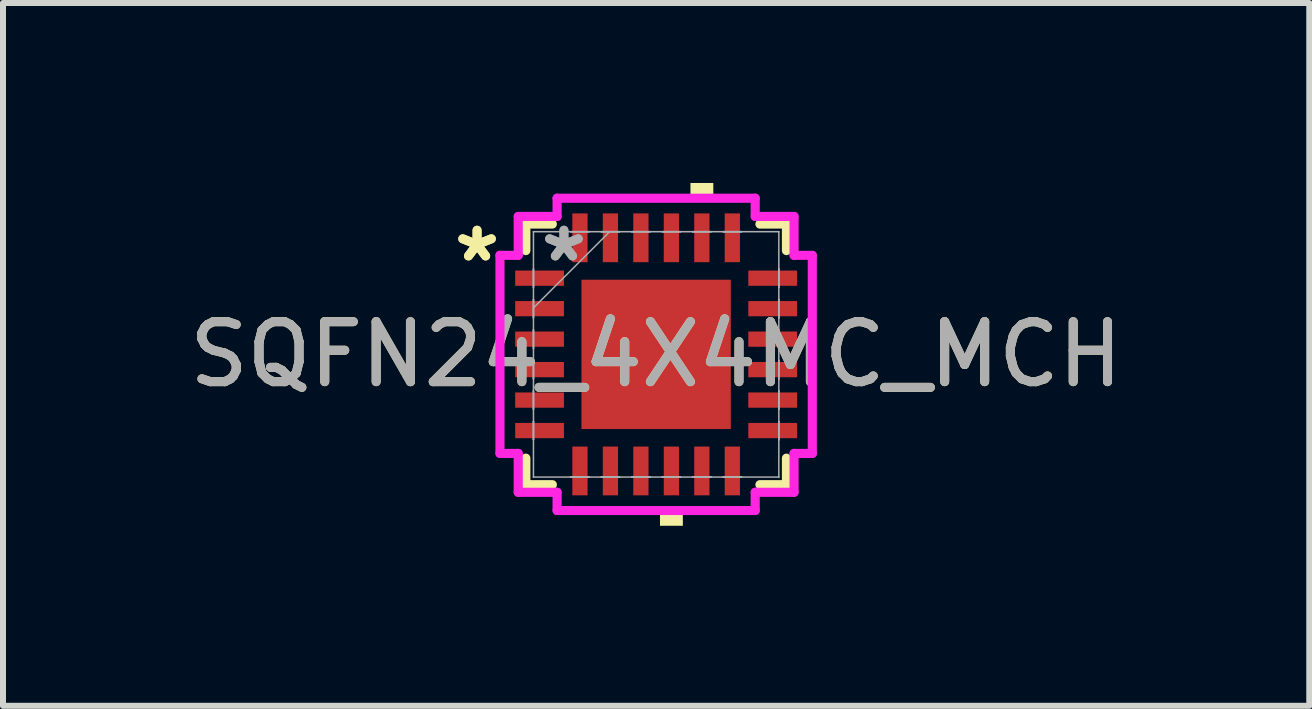
<source format=kicad_pcb>
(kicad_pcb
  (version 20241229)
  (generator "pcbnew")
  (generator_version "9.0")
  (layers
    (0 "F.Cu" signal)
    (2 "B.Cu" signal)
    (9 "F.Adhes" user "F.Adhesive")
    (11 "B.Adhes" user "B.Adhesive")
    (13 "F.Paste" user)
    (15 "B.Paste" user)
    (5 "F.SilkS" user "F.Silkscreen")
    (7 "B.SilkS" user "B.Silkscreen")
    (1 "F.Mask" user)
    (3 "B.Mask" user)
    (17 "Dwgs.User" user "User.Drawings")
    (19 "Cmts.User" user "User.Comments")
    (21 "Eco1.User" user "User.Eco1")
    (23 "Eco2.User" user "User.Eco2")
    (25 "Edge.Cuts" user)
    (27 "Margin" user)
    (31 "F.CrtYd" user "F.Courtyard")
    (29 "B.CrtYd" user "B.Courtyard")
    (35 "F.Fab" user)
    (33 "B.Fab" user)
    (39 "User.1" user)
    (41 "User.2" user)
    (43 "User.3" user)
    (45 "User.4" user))
  (footprint "SQFN24_4X4MC_MCH"
    (layer "F.Cu")
    (at 7.887 2.857)
    (property "Reference" "SQFN24_4X4MC_MCH" (at 0 0 0) (unlocked yes) (layer "F.SilkS") (effects (font (size 1 1) (thickness 0.15))))
    (attr smd)
    (fp_line (start -2.172 -2.172) (end -2.172 -1.73) (stroke (width 0.152) (type solid)) (layer "F.SilkS"))
    (fp_line (start -2.172 1.73) (end -2.172 2.172) (stroke (width 0.152) (type solid)) (layer "F.SilkS"))
    (fp_line (start -2.172 2.172) (end -1.73 2.172) (stroke (width 0.152) (type solid)) (layer "F.SilkS"))
    (fp_line (start -1.73 -2.172) (end -2.172 -2.172) (stroke (width 0.152) (type solid)) (layer "F.SilkS"))
    (fp_line (start 1.73 2.172) (end 2.172 2.172) (stroke (width 0.152) (type solid)) (layer "F.SilkS"))
    (fp_line (start 2.172 -2.172) (end 1.73 -2.172) (stroke (width 0.152) (type solid)) (layer "F.SilkS"))
    (fp_line (start 2.172 -1.73) (end 2.172 -2.172) (stroke (width 0.152) (type solid)) (layer "F.SilkS"))
    (fp_line (start 2.172 2.172) (end 2.172 1.73) (stroke (width 0.152) (type solid)) (layer "F.SilkS"))
    (fp_poly (pts (xy 0.064 2.603) (xy 0.064 2.857) (xy 0.445 2.857) (xy 0.445 2.603)) (stroke (width 0) (type solid)) (fill yes) (layer "F.SilkS"))
    (fp_poly (pts (xy 0.572 -2.603) (xy 0.572 -2.857) (xy 0.953 -2.857) (xy 0.953 -2.603)) (stroke (width 0) (type solid)) (fill yes) (layer "F.SilkS"))
    (fp_line (start -2.603 -1.651) (end -2.299 -1.651) (stroke (width 0.152) (type solid)) (layer "F.CrtYd"))
    (fp_line (start -2.603 1.651) (end -2.603 -1.651) (stroke (width 0.152) (type solid)) (layer "F.CrtYd"))
    (fp_line (start -2.299 -2.299) (end -1.651 -2.299) (stroke (width 0.152) (type solid)) (layer "F.CrtYd"))
    (fp_line (start -2.299 -1.651) (end -2.299 -2.299) (stroke (width 0.152) (type solid)) (layer "F.CrtYd"))
    (fp_line (start -2.299 1.651) (end -2.603 1.651) (stroke (width 0.152) (type solid)) (layer "F.CrtYd"))
    (fp_line (start -2.299 2.299) (end -2.299 1.651) (stroke (width 0.152) (type solid)) (layer "F.CrtYd"))
    (fp_line (start -1.651 -2.603) (end 1.651 -2.603) (stroke (width 0.152) (type solid)) (layer "F.CrtYd"))
    (fp_line (start -1.651 -2.299) (end -1.651 -2.603) (stroke (width 0.152) (type solid)) (layer "F.CrtYd"))
    (fp_line (start -1.651 2.299) (end -2.299 2.299) (stroke (width 0.152) (type solid)) (layer "F.CrtYd"))
    (fp_line (start -1.651 2.603) (end -1.651 2.299) (stroke (width 0.152) (type solid)) (layer "F.CrtYd"))
    (fp_line (start 1.651 -2.603) (end 1.651 -2.299) (stroke (width 0.152) (type solid)) (layer "F.CrtYd"))
    (fp_line (start 1.651 -2.299) (end 2.299 -2.299) (stroke (width 0.152) (type solid)) (layer "F.CrtYd"))
    (fp_line (start 1.651 2.299) (end 1.651 2.603) (stroke (width 0.152) (type solid)) (layer "F.CrtYd"))
    (fp_line (start 1.651 2.603) (end -1.651 2.603) (stroke (width 0.152) (type solid)) (layer "F.CrtYd"))
    (fp_line (start 2.299 -2.299) (end 2.299 -1.651) (stroke (width 0.152) (type solid)) (layer "F.CrtYd"))
    (fp_line (start 2.299 -1.651) (end 2.603 -1.651) (stroke (width 0.152) (type solid)) (layer "F.CrtYd"))
    (fp_line (start 2.299 1.651) (end 2.299 2.299) (stroke (width 0.152) (type solid)) (layer "F.CrtYd"))
    (fp_line (start 2.299 2.299) (end 1.651 2.299) (stroke (width 0.152) (type solid)) (layer "F.CrtYd"))
    (fp_line (start 2.603 -1.651) (end 2.603 1.651) (stroke (width 0.152) (type solid)) (layer "F.CrtYd"))
    (fp_line (start 2.603 1.651) (end 2.299 1.651) (stroke (width 0.152) (type solid)) (layer "F.CrtYd"))
    (fp_line (start -2.045 -2.045) (end -2.045 -2.045) (stroke (width 0.025) (type solid)) (layer "F.Fab"))
    (fp_line (start -2.045 -2.045) (end -2.045 2.045) (stroke (width 0.025) (type solid)) (layer "F.Fab"))
    (fp_line (start -2.045 -1.422) (end -2.045 -1.422) (stroke (width 0.025) (type solid)) (layer "F.Fab"))
    (fp_line (start -2.045 -1.422) (end -2.045 -1.118) (stroke (width 0.025) (type solid)) (layer "F.Fab"))
    (fp_line (start -2.045 -1.118) (end -2.045 -1.422) (stroke (width 0.025) (type solid)) (layer "F.Fab"))
    (fp_line (start -2.045 -1.118) (end -2.045 -1.118) (stroke (width 0.025) (type solid)) (layer "F.Fab"))
    (fp_line (start -2.045 -0.914) (end -2.045 -0.914) (stroke (width 0.025) (type solid)) (layer "F.Fab"))
    (fp_line (start -2.045 -0.914) (end -2.045 -0.61) (stroke (width 0.025) (type solid)) (layer "F.Fab"))
    (fp_line (start -2.045 -0.775) (end -0.775 -2.045) (stroke (width 0.025) (type solid)) (layer "F.Fab"))
    (fp_line (start -2.045 -0.61) (end -2.045 -0.914) (stroke (width 0.025) (type solid)) (layer "F.Fab"))
    (fp_line (start -2.045 -0.61) (end -2.045 -0.61) (stroke (width 0.025) (type solid)) (layer "F.Fab"))
    (fp_line (start -2.045 -0.406) (end -2.045 -0.406) (stroke (width 0.025) (type solid)) (layer "F.Fab"))
    (fp_line (start -2.045 -0.406) (end -2.045 -0.102) (stroke (width 0.025) (type solid)) (layer "F.Fab"))
    (fp_line (start -2.045 -0.102) (end -2.045 -0.406) (stroke (width 0.025) (type solid)) (layer "F.Fab"))
    (fp_line (start -2.045 -0.102) (end -2.045 -0.102) (stroke (width 0.025) (type solid)) (layer "F.Fab"))
    (fp_line (start -2.045 0.102) (end -2.045 0.102) (stroke (width 0.025) (type solid)) (layer "F.Fab"))
    (fp_line (start -2.045 0.102) (end -2.045 0.406) (stroke (width 0.025) (type solid)) (layer "F.Fab"))
    (fp_line (start -2.045 0.406) (end -2.045 0.102) (stroke (width 0.025) (type solid)) (layer "F.Fab"))
    (fp_line (start -2.045 0.406) (end -2.045 0.406) (stroke (width 0.025) (type solid)) (layer "F.Fab"))
    (fp_line (start -2.045 0.61) (end -2.045 0.61) (stroke (width 0.025) (type solid)) (layer "F.Fab"))
    (fp_line (start -2.045 0.61) (end -2.045 0.914) (stroke (width 0.025) (type solid)) (layer "F.Fab"))
    (fp_line (start -2.045 0.914) (end -2.045 0.61) (stroke (width 0.025) (type solid)) (layer "F.Fab"))
    (fp_line (start -2.045 0.914) (end -2.045 0.914) (stroke (width 0.025) (type solid)) (layer "F.Fab"))
    (fp_line (start -2.045 1.118) (end -2.045 1.118) (stroke (width 0.025) (type solid)) (layer "F.Fab"))
    (fp_line (start -2.045 1.118) (end -2.045 1.422) (stroke (width 0.025) (type solid)) (layer "F.Fab"))
    (fp_line (start -2.045 1.422) (end -2.045 1.118) (stroke (width 0.025) (type solid)) (layer "F.Fab"))
    (fp_line (start -2.045 1.422) (end -2.045 1.422) (stroke (width 0.025) (type solid)) (layer "F.Fab"))
    (fp_line (start -2.045 2.045) (end -2.045 2.045) (stroke (width 0.025) (type solid)) (layer "F.Fab"))
    (fp_line (start -2.045 2.045) (end 2.045 2.045) (stroke (width 0.025) (type solid)) (layer "F.Fab"))
    (fp_line (start -1.422 -2.045) (end -1.422 -2.045) (stroke (width 0.025) (type solid)) (layer "F.Fab"))
    (fp_line (start -1.422 -2.045) (end -1.118 -2.045) (stroke (width 0.025) (type solid)) (layer "F.Fab"))
    (fp_line (start -1.422 2.045) (end -1.422 2.045) (stroke (width 0.025) (type solid)) (layer "F.Fab"))
    (fp_line (start -1.422 2.045) (end -1.118 2.045) (stroke (width 0.025) (type solid)) (layer "F.Fab"))
    (fp_line (start -1.118 -2.045) (end -1.422 -2.045) (stroke (width 0.025) (type solid)) (layer "F.Fab"))
    (fp_line (start -1.118 -2.045) (end -1.118 -2.045) (stroke (width 0.025) (type solid)) (layer "F.Fab"))
    (fp_line (start -1.118 2.045) (end -1.422 2.045) (stroke (width 0.025) (type solid)) (layer "F.Fab"))
    (fp_line (start -1.118 2.045) (end -1.118 2.045) (stroke (width 0.025) (type solid)) (layer "F.Fab"))
    (fp_line (start -0.914 -2.045) (end -0.914 -2.045) (stroke (width 0.025) (type solid)) (layer "F.Fab"))
    (fp_line (start -0.914 -2.045) (end -0.61 -2.045) (stroke (width 0.025) (type solid)) (layer "F.Fab"))
    (fp_line (start -0.914 2.045) (end -0.914 2.045) (stroke (width 0.025) (type solid)) (layer "F.Fab"))
    (fp_line (start -0.914 2.045) (end -0.61 2.045) (stroke (width 0.025) (type solid)) (layer "F.Fab"))
    (fp_line (start -0.61 -2.045) (end -0.914 -2.045) (stroke (width 0.025) (type solid)) (layer "F.Fab"))
    (fp_line (start -0.61 -2.045) (end -0.61 -2.045) (stroke (width 0.025) (type solid)) (layer "F.Fab"))
    (fp_line (start -0.61 2.045) (end -0.914 2.045) (stroke (width 0.025) (type solid)) (layer "F.Fab"))
    (fp_line (start -0.61 2.045) (end -0.61 2.045) (stroke (width 0.025) (type solid)) (layer "F.Fab"))
    (fp_line (start -0.406 -2.045) (end -0.406 -2.045) (stroke (width 0.025) (type solid)) (layer "F.Fab"))
    (fp_line (start -0.406 -2.045) (end -0.102 -2.045) (stroke (width 0.025) (type solid)) (layer "F.Fab"))
    (fp_line (start -0.406 2.045) (end -0.406 2.045) (stroke (width 0.025) (type solid)) (layer "F.Fab"))
    (fp_line (start -0.406 2.045) (end -0.102 2.045) (stroke (width 0.025) (type solid)) (layer "F.Fab"))
    (fp_line (start -0.102 -2.045) (end -0.406 -2.045) (stroke (width 0.025) (type solid)) (layer "F.Fab"))
    (fp_line (start -0.102 -2.045) (end -0.102 -2.045) (stroke (width 0.025) (type solid)) (layer "F.Fab"))
    (fp_line (start -0.102 2.045) (end -0.406 2.045) (stroke (width 0.025) (type solid)) (layer "F.Fab"))
    (fp_line (start -0.102 2.045) (end -0.102 2.045) (stroke (width 0.025) (type solid)) (layer "F.Fab"))
    (fp_line (start 0.102 -2.045) (end 0.102 -2.045) (stroke (width 0.025) (type solid)) (layer "F.Fab"))
    (fp_line (start 0.102 -2.045) (end 0.406 -2.045) (stroke (width 0.025) (type solid)) (layer "F.Fab"))
    (fp_line (start 0.102 2.045) (end 0.102 2.045) (stroke (width 0.025) (type solid)) (layer "F.Fab"))
    (fp_line (start 0.102 2.045) (end 0.406 2.045) (stroke (width 0.025) (type solid)) (layer "F.Fab"))
    (fp_line (start 0.406 -2.045) (end 0.102 -2.045) (stroke (width 0.025) (type solid)) (layer "F.Fab"))
    (fp_line (start 0.406 -2.045) (end 0.406 -2.045) (stroke (width 0.025) (type solid)) (layer "F.Fab"))
    (fp_line (start 0.406 2.045) (end 0.102 2.045) (stroke (width 0.025) (type solid)) (layer "F.Fab"))
    (fp_line (start 0.406 2.045) (end 0.406 2.045) (stroke (width 0.025) (type solid)) (layer "F.Fab"))
    (fp_line (start 0.61 -2.045) (end 0.61 -2.045) (stroke (width 0.025) (type solid)) (layer "F.Fab"))
    (fp_line (start 0.61 -2.045) (end 0.914 -2.045) (stroke (width 0.025) (type solid)) (layer "F.Fab"))
    (fp_line (start 0.61 2.045) (end 0.61 2.045) (stroke (width 0.025) (type solid)) (layer "F.Fab"))
    (fp_line (start 0.61 2.045) (end 0.914 2.045) (stroke (width 0.025) (type solid)) (layer "F.Fab"))
    (fp_line (start 0.914 -2.045) (end 0.61 -2.045) (stroke (width 0.025) (type solid)) (layer "F.Fab"))
    (fp_line (start 0.914 -2.045) (end 0.914 -2.045) (stroke (width 0.025) (type solid)) (layer "F.Fab"))
    (fp_line (start 0.914 2.045) (end 0.61 2.045) (stroke (width 0.025) (type solid)) (layer "F.Fab"))
    (fp_line (start 0.914 2.045) (end 0.914 2.045) (stroke (width 0.025) (type solid)) (layer "F.Fab"))
    (fp_line (start 1.118 -2.045) (end 1.118 -2.045) (stroke (width 0.025) (type solid)) (layer "F.Fab"))
    (fp_line (start 1.118 -2.045) (end 1.422 -2.045) (stroke (width 0.025) (type solid)) (layer "F.Fab"))
    (fp_line (start 1.118 2.045) (end 1.118 2.045) (stroke (width 0.025) (type solid)) (layer "F.Fab"))
    (fp_line (start 1.118 2.045) (end 1.422 2.045) (stroke (width 0.025) (type solid)) (layer "F.Fab"))
    (fp_line (start 1.422 -2.045) (end 1.118 -2.045) (stroke (width 0.025) (type solid)) (layer "F.Fab"))
    (fp_line (start 1.422 -2.045) (end 1.422 -2.045) (stroke (width 0.025) (type solid)) (layer "F.Fab"))
    (fp_line (start 1.422 2.045) (end 1.118 2.045) (stroke (width 0.025) (type solid)) (layer "F.Fab"))
    (fp_line (start 1.422 2.045) (end 1.422 2.045) (stroke (width 0.025) (type solid)) (layer "F.Fab"))
    (fp_line (start 2.045 -2.045) (end -2.045 -2.045) (stroke (width 0.025) (type solid)) (layer "F.Fab"))
    (fp_line (start 2.045 -2.045) (end 2.045 -2.045) (stroke (width 0.025) (type solid)) (layer "F.Fab"))
    (fp_line (start 2.045 -1.422) (end 2.045 -1.422) (stroke (width 0.025) (type solid)) (layer "F.Fab"))
    (fp_line (start 2.045 -1.422) (end 2.045 -1.118) (stroke (width 0.025) (type solid)) (layer "F.Fab"))
    (fp_line (start 2.045 -1.118) (end 2.045 -1.422) (stroke (width 0.025) (type solid)) (layer "F.Fab"))
    (fp_line (start 2.045 -1.118) (end 2.045 -1.118) (stroke (width 0.025) (type solid)) (layer "F.Fab"))
    (fp_line (start 2.045 -0.914) (end 2.045 -0.914) (stroke (width 0.025) (type solid)) (layer "F.Fab"))
    (fp_line (start 2.045 -0.914) (end 2.045 -0.61) (stroke (width 0.025) (type solid)) (layer "F.Fab"))
    (fp_line (start 2.045 -0.61) (end 2.045 -0.914) (stroke (width 0.025) (type solid)) (layer "F.Fab"))
    (fp_line (start 2.045 -0.61) (end 2.045 -0.61) (stroke (width 0.025) (type solid)) (layer "F.Fab"))
    (fp_line (start 2.045 -0.406) (end 2.045 -0.406) (stroke (width 0.025) (type solid)) (layer "F.Fab"))
    (fp_line (start 2.045 -0.406) (end 2.045 -0.102) (stroke (width 0.025) (type solid)) (layer "F.Fab"))
    (fp_line (start 2.045 -0.102) (end 2.045 -0.406) (stroke (width 0.025) (type solid)) (layer "F.Fab"))
    (fp_line (start 2.045 -0.102) (end 2.045 -0.102) (stroke (width 0.025) (type solid)) (layer "F.Fab"))
    (fp_line (start 2.045 0.102) (end 2.045 0.102) (stroke (width 0.025) (type solid)) (layer "F.Fab"))
    (fp_line (start 2.045 0.102) (end 2.045 0.406) (stroke (width 0.025) (type solid)) (layer "F.Fab"))
    (fp_line (start 2.045 0.406) (end 2.045 0.102) (stroke (width 0.025) (type solid)) (layer "F.Fab"))
    (fp_line (start 2.045 0.406) (end 2.045 0.406) (stroke (width 0.025) (type solid)) (layer "F.Fab"))
    (fp_line (start 2.045 0.61) (end 2.045 0.61) (stroke (width 0.025) (type solid)) (layer "F.Fab"))
    (fp_line (start 2.045 0.61) (end 2.045 0.914) (stroke (width 0.025) (type solid)) (layer "F.Fab"))
    (fp_line (start 2.045 0.914) (end 2.045 0.61) (stroke (width 0.025) (type solid)) (layer "F.Fab"))
    (fp_line (start 2.045 0.914) (end 2.045 0.914) (stroke (width 0.025) (type solid)) (layer "F.Fab"))
    (fp_line (start 2.045 1.118) (end 2.045 1.118) (stroke (width 0.025) (type solid)) (layer "F.Fab"))
    (fp_line (start 2.045 1.118) (end 2.045 1.422) (stroke (width 0.025) (type solid)) (layer "F.Fab"))
    (fp_line (start 2.045 1.422) (end 2.045 1.118) (stroke (width 0.025) (type solid)) (layer "F.Fab"))
    (fp_line (start 2.045 1.422) (end 2.045 1.422) (stroke (width 0.025) (type solid)) (layer "F.Fab"))
    (fp_line (start 2.045 2.045) (end 2.045 -2.045) (stroke (width 0.025) (type solid)) (layer "F.Fab"))
    (fp_line (start 2.045 2.045) (end 2.045 2.045) (stroke (width 0.025) (type solid)) (layer "F.Fab"))
    (fp_text user "*" (at -2.985 -1.524 0) (unlocked yes) (layer "F.SilkS") (effects (font (size 1 1) (thickness 0.15))))
    (fp_text user "*" (at -2.985 -1.524 0) (layer "F.SilkS") (effects (font (size 1 1) (thickness 0.15))))
    (fp_text user "${REFERENCE}" (at 0 0 0) (unlocked yes) (layer "F.Fab") (effects (font (size 1 1) (thickness 0.15))))
    (fp_text user "*" (at -1.537 -1.524 0) (layer "F.Fab") (effects (font (size 1 1) (thickness 0.15))))
    (fp_text user "*" (at -1.537 -1.524 0) (unlocked yes) (layer "F.Fab") (effects (font (size 1 1) (thickness 0.15))))
    (pad "1" smd rect (at -1.943 -1.27 90) (size 0.254 0.813) (layers "F.Cu" "F.Mask" "F.Paste"))
    (pad "2" smd rect (at -1.943 -0.762 90) (size 0.254 0.813) (layers "F.Cu" "F.Mask" "F.Paste"))
    (pad "3" smd rect (at -1.943 -0.254 90) (size 0.254 0.813) (layers "F.Cu" "F.Mask" "F.Paste"))
    (pad "4" smd rect (at -1.943 0.254 90) (size 0.254 0.813) (layers "F.Cu" "F.Mask" "F.Paste"))
    (pad "5" smd rect (at -1.943 0.762 90) (size 0.254 0.813) (layers "F.Cu" "F.Mask" "F.Paste"))
    (pad "6" smd rect (at -1.943 1.27 90) (size 0.254 0.813) (layers "F.Cu" "F.Mask" "F.Paste"))
    (pad "7" smd rect (at -1.27 1.943) (size 0.254 0.813) (layers "F.Cu" "F.Mask" "F.Paste"))
    (pad "8" smd rect (at -0.762 1.943) (size 0.254 0.813) (layers "F.Cu" "F.Mask" "F.Paste"))
    (pad "9" smd rect (at -0.254 1.943) (size 0.254 0.813) (layers "F.Cu" "F.Mask" "F.Paste"))
    (pad "10" smd rect (at 0.254 1.943) (size 0.254 0.813) (layers "F.Cu" "F.Mask" "F.Paste"))
    (pad "11" smd rect (at 0.762 1.943) (size 0.254 0.813) (layers "F.Cu" "F.Mask" "F.Paste"))
    (pad "12" smd rect (at 1.27 1.943) (size 0.254 0.813) (layers "F.Cu" "F.Mask" "F.Paste"))
    (pad "13" smd rect (at 1.943 1.27 90) (size 0.254 0.813) (layers "F.Cu" "F.Mask" "F.Paste"))
    (pad "14" smd rect (at 1.943 0.762 90) (size 0.254 0.813) (layers "F.Cu" "F.Mask" "F.Paste"))
    (pad "15" smd rect (at 1.943 0.254 90) (size 0.254 0.813) (layers "F.Cu" "F.Mask" "F.Paste"))
    (pad "16" smd rect (at 1.943 -0.254 90) (size 0.254 0.813) (layers "F.Cu" "F.Mask" "F.Paste"))
    (pad "17" smd rect (at 1.943 -0.762 90) (size 0.254 0.813) (layers "F.Cu" "F.Mask" "F.Paste"))
    (pad "18" smd rect (at 1.943 -1.27 90) (size 0.254 0.813) (layers "F.Cu" "F.Mask" "F.Paste"))
    (pad "19" smd rect (at 1.27 -1.943) (size 0.254 0.813) (layers "F.Cu" "F.Mask" "F.Paste"))
    (pad "20" smd rect (at 0.762 -1.943) (size 0.254 0.813) (layers "F.Cu" "F.Mask" "F.Paste"))
    (pad "21" smd rect (at 0.254 -1.943) (size 0.254 0.813) (layers "F.Cu" "F.Mask" "F.Paste"))
    (pad "22" smd rect (at -0.254 -1.943) (size 0.254 0.813) (layers "F.Cu" "F.Mask" "F.Paste"))
    (pad "23" smd rect (at -0.762 -1.943) (size 0.254 0.813) (layers "F.Cu" "F.Mask" "F.Paste"))
    (pad "24" smd rect (at -1.27 -1.943) (size 0.254 0.813) (layers "F.Cu" "F.Mask" "F.Paste"))
    (pad "25" smd rect (at 0 0) (size 2.489 2.489) (layers "F.Cu" "F.Mask" "F.Paste")))
  (gr_rect
    (start -3 -3)
    (end 18.774 8.715)
    (stroke (width 0.1) (type default))
    (fill no)
    (layer "Edge.Cuts")))
</source>
